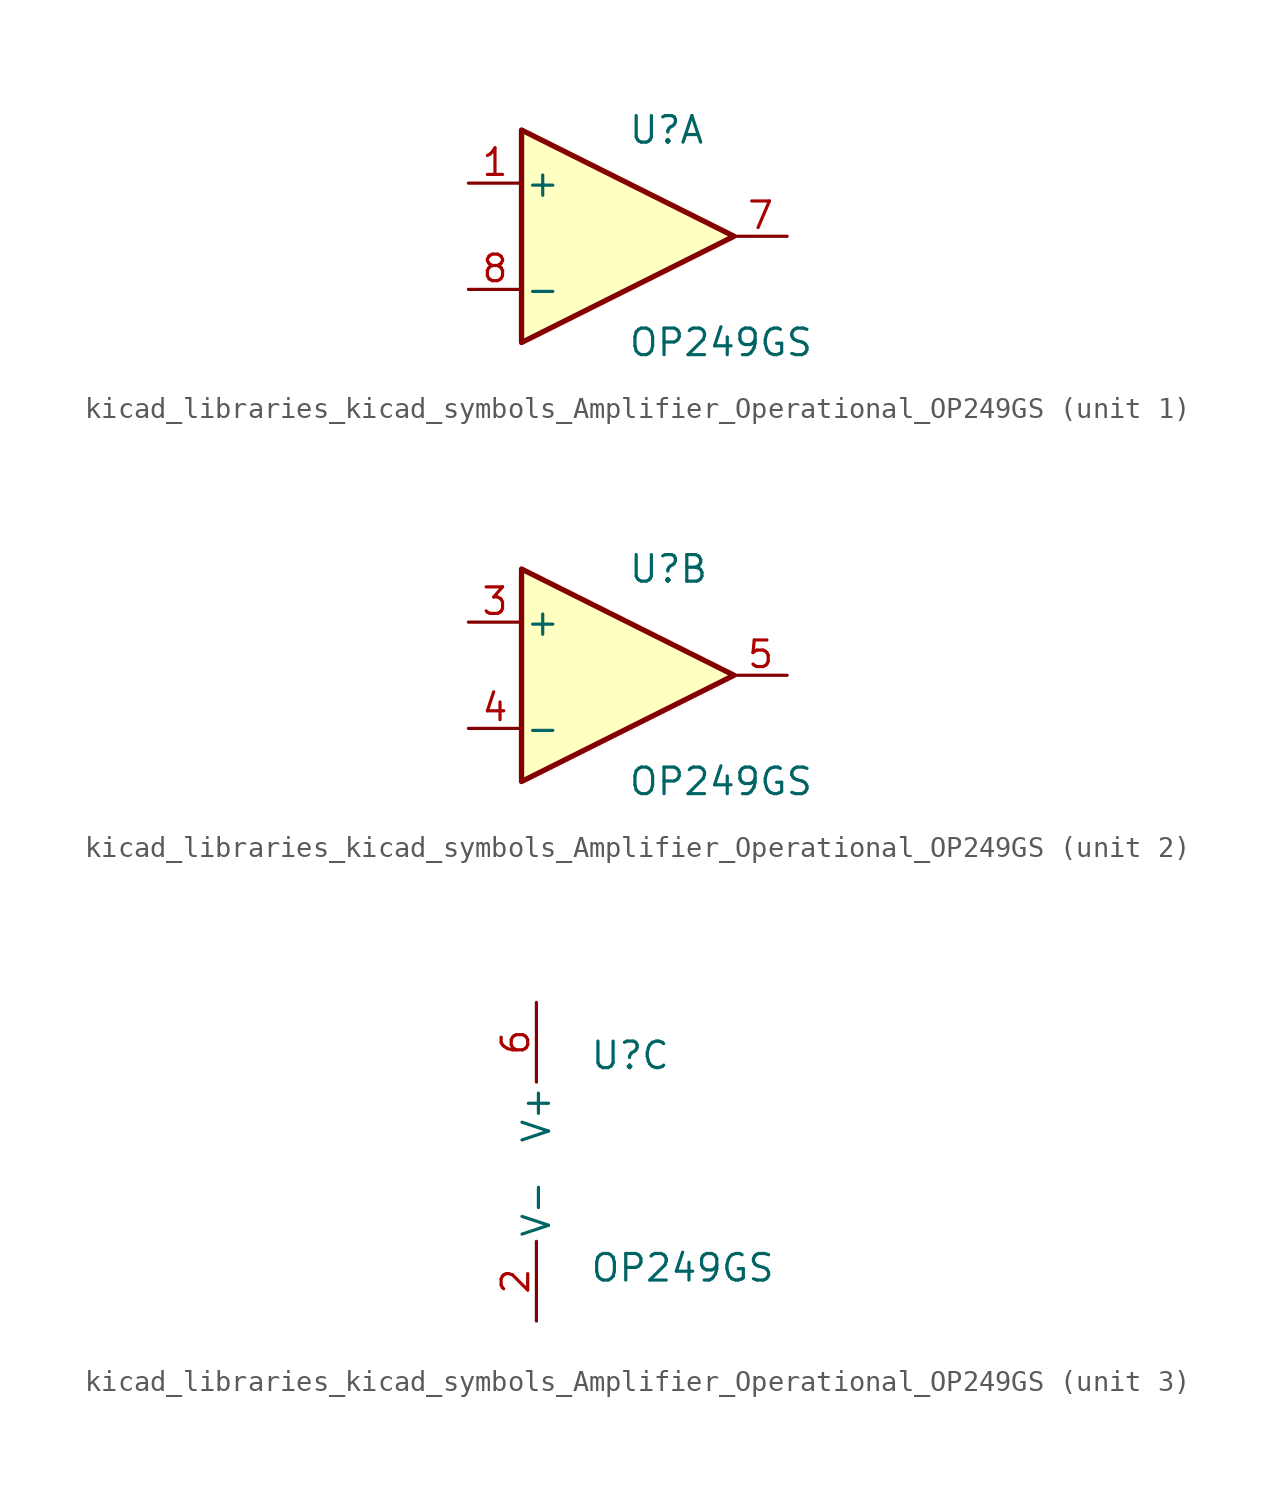
<source format=kicad_sym>
(kicad_symbol_lib
  (version 20220914)
  (generator kicad_symbol_editor)
  (symbol "kicad_libraries_kicad_symbols_Amplifier_Operational_OP249GS"
    (pin_names
      (offset 0.127))
    (property "Reference" "U"
      (at 0 5.08 0)
      (effects (font (size 1.27 1.27)) (justify left)))
    (property "Value" "OP249GS"
      (at 0 -5.08 0)
      (effects (font (size 1.27 1.27)) (justify left)))
    (property "ki_locked" ""
      (at 0 0 0)
      (effects (font (size 1.27 1.27))))
    (symbol "kicad_libraries_kicad_symbols_Amplifier_Operational_OP249GS_1_1"
      (polyline (pts (xy -5.08 5.08) (xy 5.08 0) (xy -5.08 -5.08) (xy -5.08 5.08)) (stroke (width 0.254) (type default)) (fill (type background)))
      (pin input line (at -7.62 2.54 0) (length 2.54) (name "+" (effects (font (size 1.27 1.27)))) (number "1" (effects (font (size 1.27 1.27)))))
      (pin output line (at 7.62 0 180) (length 2.54) (name "~" (effects (font (size 1.27 1.27)))) (number "7" (effects (font (size 1.27 1.27)))))
      (pin input line (at -7.62 -2.54 0) (length 2.54) (name "-" (effects (font (size 1.27 1.27)))) (number "8" (effects (font (size 1.27 1.27))))))
    (symbol "kicad_libraries_kicad_symbols_Amplifier_Operational_OP249GS_2_1"
      (polyline (pts (xy -5.08 5.08) (xy 5.08 0) (xy -5.08 -5.08) (xy -5.08 5.08)) (stroke (width 0.254) (type default)) (fill (type background)))
      (pin input line (at -7.62 2.54 0) (length 2.54) (name "+" (effects (font (size 1.27 1.27)))) (number "3" (effects (font (size 1.27 1.27)))))
      (pin input line (at -7.62 -2.54 0) (length 2.54) (name "-" (effects (font (size 1.27 1.27)))) (number "4" (effects (font (size 1.27 1.27)))))
      (pin output line (at 7.62 0 180) (length 2.54) (name "~" (effects (font (size 1.27 1.27)))) (number "5" (effects (font (size 1.27 1.27))))))
    (symbol "kicad_libraries_kicad_symbols_Amplifier_Operational_OP249GS_3_1"
      (pin power_in line (at -2.54 -7.62 90) (length 3.81) (name "V-" (effects (font (size 1.27 1.27)))) (number "2" (effects (font (size 1.27 1.27)))))
      (pin power_in line (at -2.54 7.62 270) (length 3.81) (name "V+" (effects (font (size 1.27 1.27)))) (number "6" (effects (font (size 1.27 1.27))))))))
</source>
